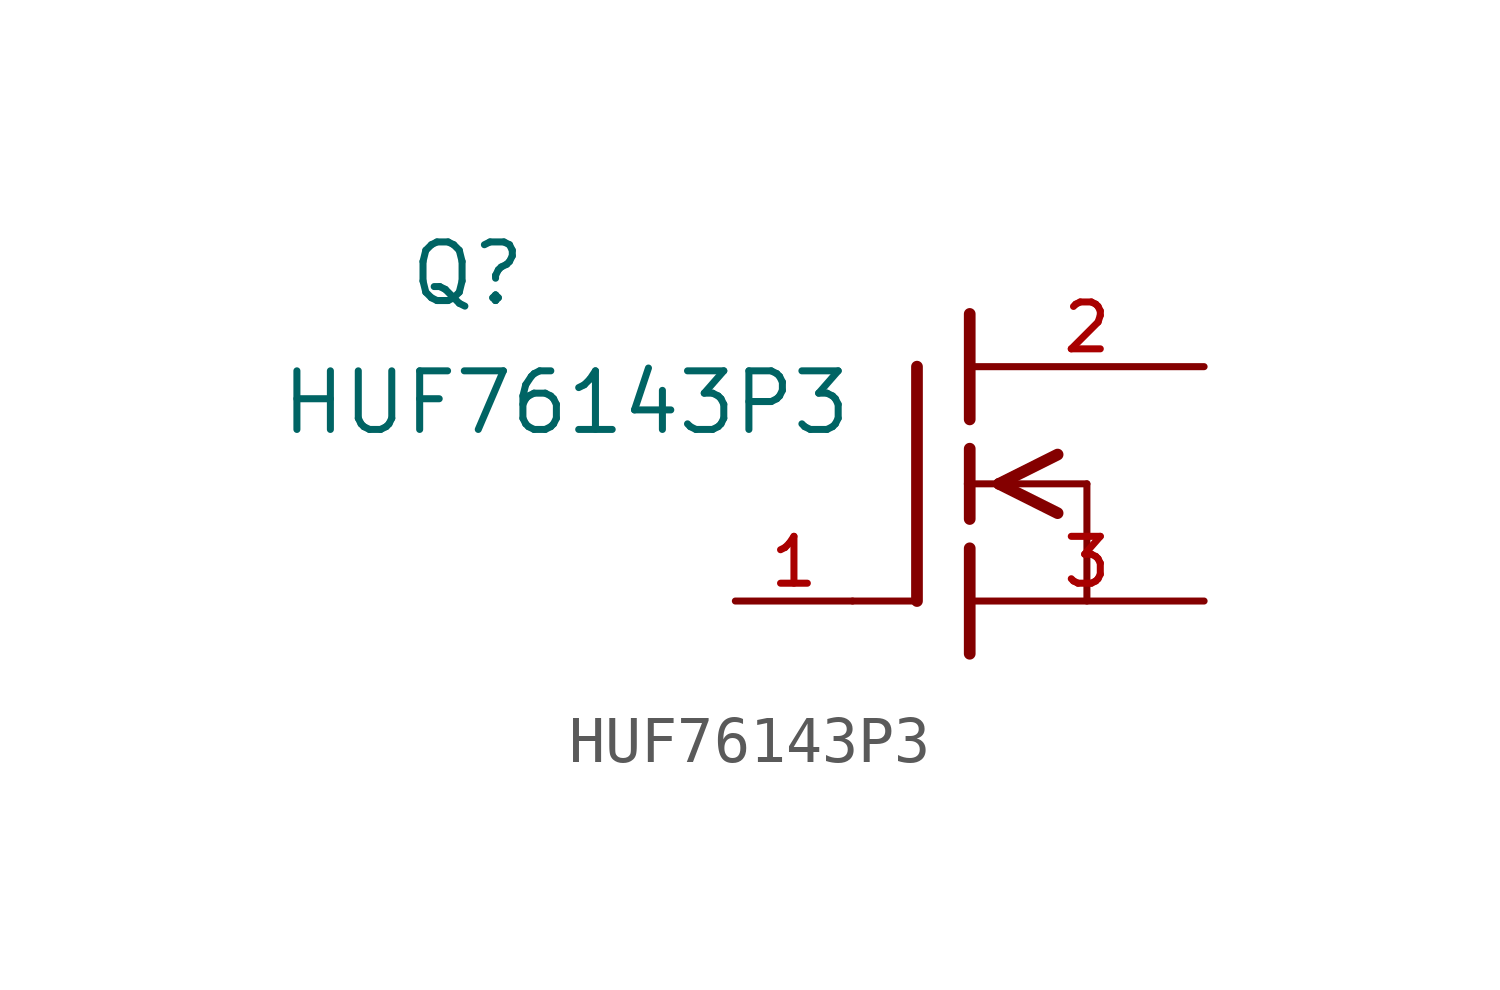
<source format=kicad_sym>
(kicad_symbol_lib
  (version 20241209)
  (generator "kicad_symbol_editor")
  (generator_version "9.0")
  (symbol "HUF76143P3"
    (pin_names
      (offset 1.016))
    (property "Reference" "Q"
      (at -12.192 3.81 0)
      (effects (font (size 1.27 1.27)) (justify left bottom)))
    (property "Value" "HUF76143P3"
      (at -14.986 1.016 0)
      (effects (font (size 1.27 1.27)) (justify left bottom)))
    (symbol "HUF76143P3_0_0"
      (polyline (pts (xy -2.54 -2.54) (xy -1.219 -2.54)) (stroke (width 0.152) (type default)) (fill (type none)))
      (polyline (pts (xy -1.143 2.54) (xy -1.143 -2.54)) (stroke (width 0.254) (type default)) (fill (type none)))
      (polyline (pts (xy 0 3.683) (xy 0 1.397)) (stroke (width 0.254) (type default)) (fill (type none)))
      (polyline (pts (xy 0 0.762) (xy 0 0)) (stroke (width 0.254) (type default)) (fill (type none)))
      (polyline (pts (xy 0 0) (xy 0 -0.762)) (stroke (width 0.254) (type default)) (fill (type none)))
      (polyline (pts (xy 0 0) (xy 0.635 0)) (stroke (width 0.152) (type default)) (fill (type none)))
      (polyline (pts (xy 0 -1.397) (xy 0 -3.683)) (stroke (width 0.254) (type default)) (fill (type none)))
      (polyline (pts (xy 0.635 0) (xy 2.54 0)) (stroke (width 0.152) (type default)) (fill (type none)))
      (polyline (pts (xy 1.905 0.635) (xy 0.635 0)) (stroke (width 0.254) (type default)) (fill (type none)))
      (polyline (pts (xy 1.905 -0.635) (xy 0.635 0)) (stroke (width 0.254) (type default)) (fill (type none)))
      (polyline (pts (xy 2.54 0) (xy 2.54 -2.54)) (stroke (width 0.152) (type default)) (fill (type none)))
      (pin passive line (at -5.08 -2.54 0) (length 2.54) (name "~" (effects (font (size 1.016 1.016)))) (number "1" (effects (font (size 1.016 1.016)))))
      (pin passive line (at 5.08 2.54 180) (length 5.08) (name "~" (effects (font (size 1.016 1.016)))) (number "2" (effects (font (size 1.016 1.016)))))
      (pin passive line (at 5.08 -2.54 180) (length 5.08) (name "~" (effects (font (size 1.016 1.016)))) (number "3" (effects (font (size 1.016 1.016))))))))
</source>
